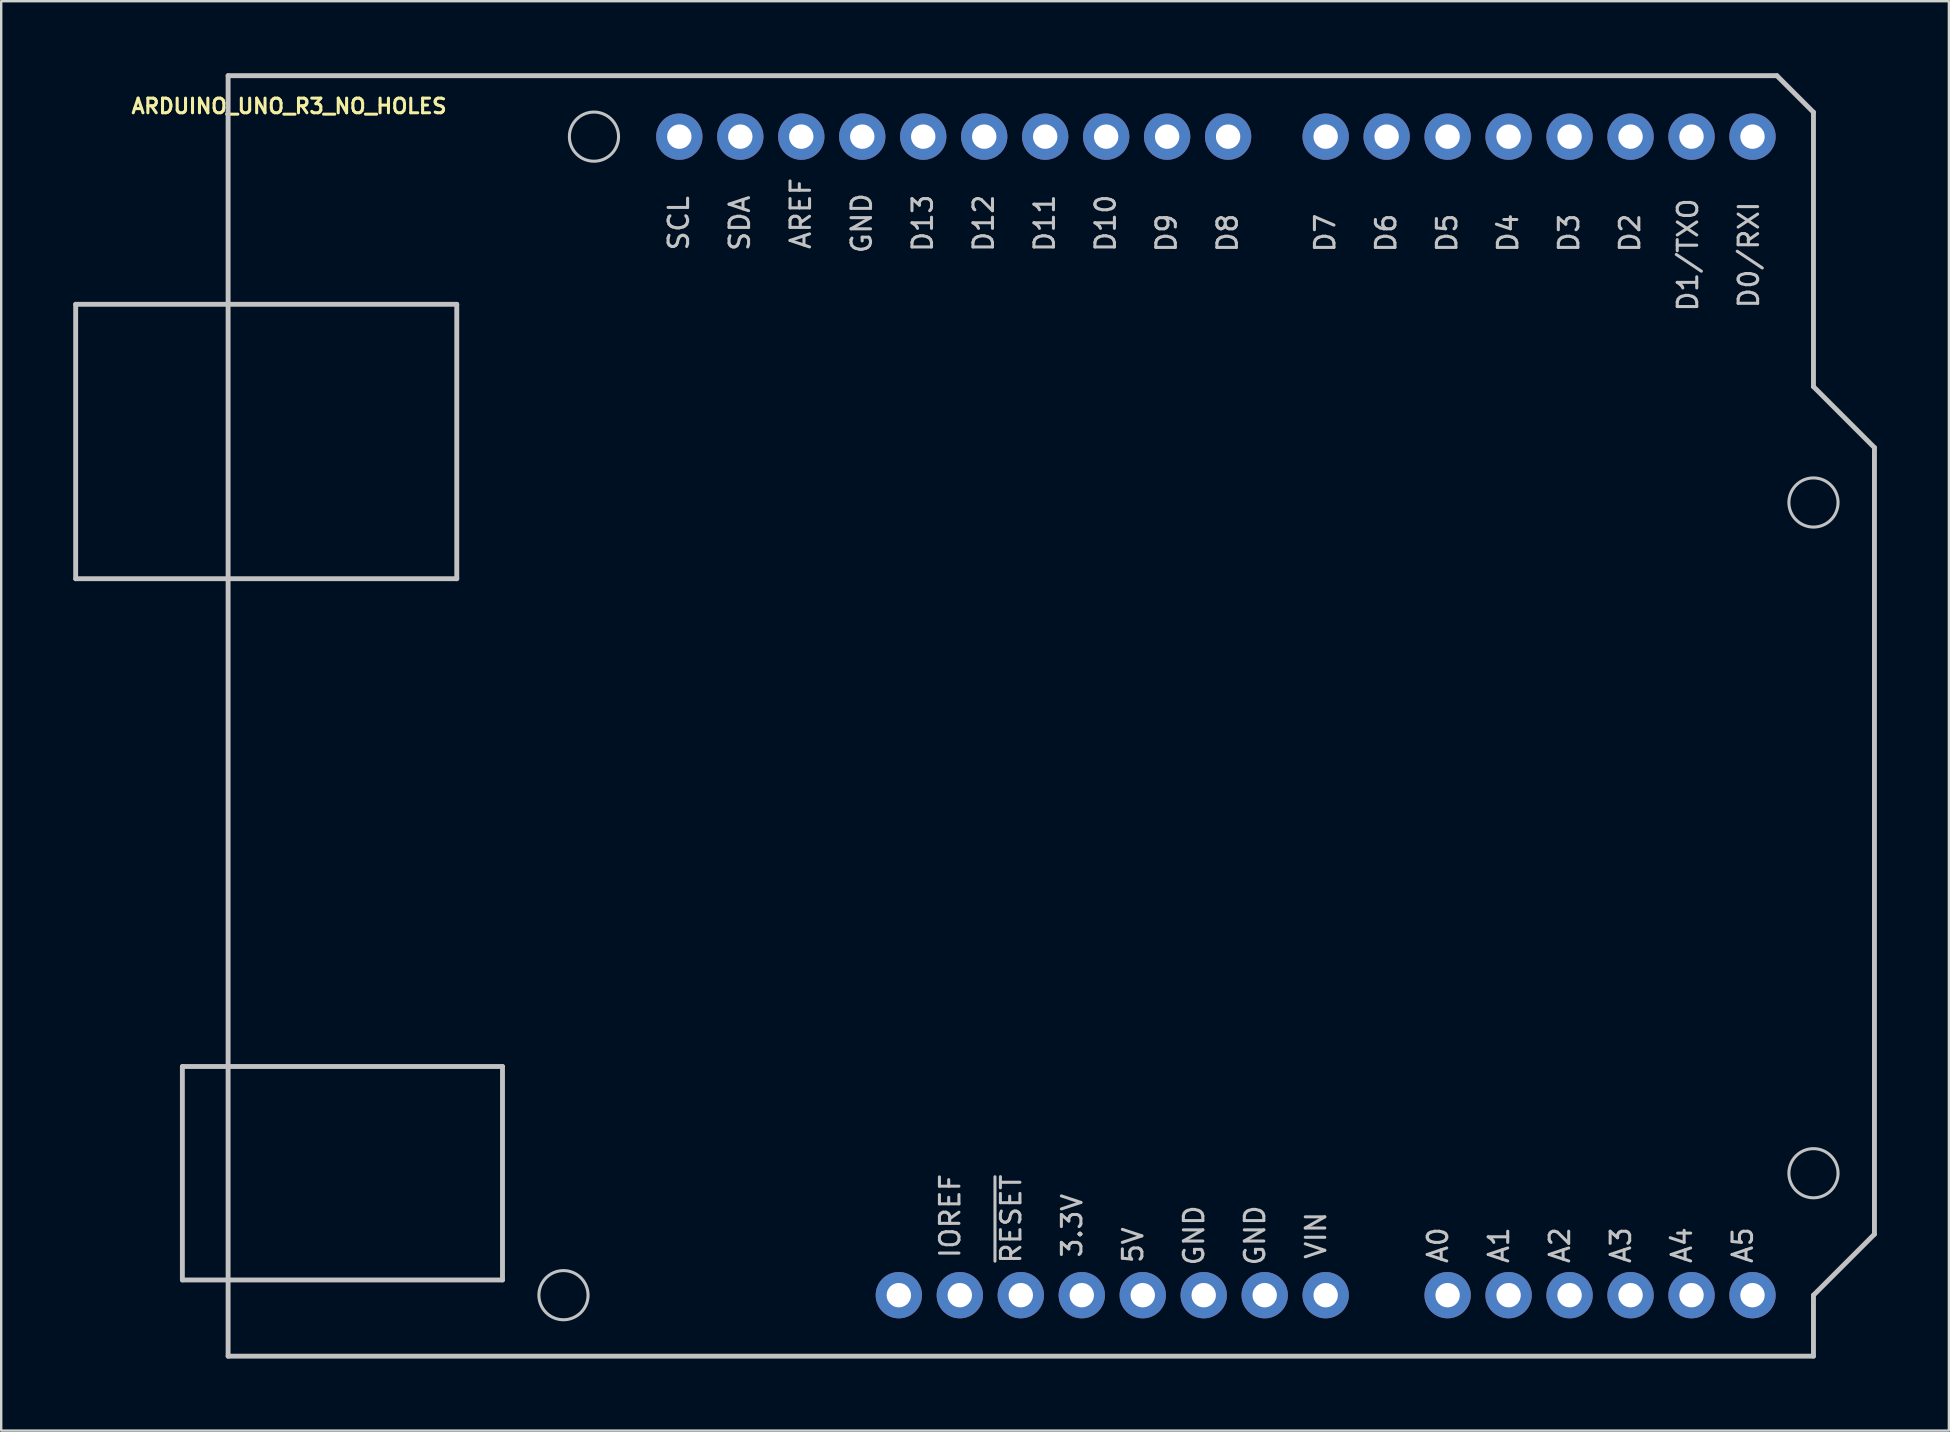
<source format=kicad_pcb>
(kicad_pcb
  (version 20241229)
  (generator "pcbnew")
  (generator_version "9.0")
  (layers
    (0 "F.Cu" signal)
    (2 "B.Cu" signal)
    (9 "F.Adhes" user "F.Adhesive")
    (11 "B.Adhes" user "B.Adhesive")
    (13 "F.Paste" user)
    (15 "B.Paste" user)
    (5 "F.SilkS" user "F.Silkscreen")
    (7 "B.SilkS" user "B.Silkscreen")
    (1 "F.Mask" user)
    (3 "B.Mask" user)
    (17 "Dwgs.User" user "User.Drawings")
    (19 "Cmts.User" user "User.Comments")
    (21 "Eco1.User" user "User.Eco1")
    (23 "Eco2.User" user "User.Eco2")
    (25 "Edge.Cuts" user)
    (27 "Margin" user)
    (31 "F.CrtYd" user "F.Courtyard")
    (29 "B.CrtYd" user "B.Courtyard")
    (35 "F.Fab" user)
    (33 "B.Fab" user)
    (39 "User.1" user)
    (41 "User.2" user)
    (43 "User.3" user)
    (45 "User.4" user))
  (footprint "ARDUINO_UNO_R3_NO_HOLES"
    (layer "F.Cu")
    (at 40.742 26.772)
    (property "Reference" "ARDUINO_UNO_R3_NO_HOLES" (at -31.75 -25.4 0) (layer "F.SilkS") (effects (font (size 0.61 0.61) (thickness 0.127))))
    (attr exclude_from_pos_files exclude_from_bom)
    (fp_line (start -40.64 -17.145) (end -24.765 -17.145) (stroke (width 0.203) (type solid)) (layer "Dwgs.User"))
    (fp_line (start -40.64 -5.715) (end -40.64 -17.145) (stroke (width 0.203) (type solid)) (layer "Dwgs.User"))
    (fp_line (start -36.195 14.605) (end -22.86 14.605) (stroke (width 0.203) (type solid)) (layer "Dwgs.User"))
    (fp_line (start -36.195 23.495) (end -36.195 14.605) (stroke (width 0.203) (type solid)) (layer "Dwgs.User"))
    (fp_line (start -34.29 -26.67) (end 30.226 -26.67) (stroke (width 0.203) (type solid)) (layer "Dwgs.User"))
    (fp_line (start -34.29 26.67) (end -34.29 -26.67) (stroke (width 0.203) (type solid)) (layer "Dwgs.User"))
    (fp_line (start -24.765 -17.145) (end -24.765 -5.715) (stroke (width 0.203) (type solid)) (layer "Dwgs.User"))
    (fp_line (start -24.765 -5.715) (end -40.64 -5.715) (stroke (width 0.203) (type solid)) (layer "Dwgs.User"))
    (fp_line (start -22.86 14.605) (end -22.86 23.495) (stroke (width 0.203) (type solid)) (layer "Dwgs.User"))
    (fp_line (start -22.86 23.495) (end -36.195 23.495) (stroke (width 0.203) (type solid)) (layer "Dwgs.User"))
    (fp_line (start 30.226 -26.67) (end 31.75 -25.146) (stroke (width 0.203) (type solid)) (layer "Dwgs.User"))
    (fp_line (start 31.75 -25.146) (end 31.75 -13.716) (stroke (width 0.203) (type solid)) (layer "Dwgs.User"))
    (fp_line (start 31.75 -13.716) (end 34.29 -11.176) (stroke (width 0.203) (type solid)) (layer "Dwgs.User"))
    (fp_line (start 31.75 24.13) (end 31.75 26.67) (stroke (width 0.203) (type solid)) (layer "Dwgs.User"))
    (fp_line (start 31.75 26.67) (end -34.29 26.67) (stroke (width 0.203) (type solid)) (layer "Dwgs.User"))
    (fp_line (start 34.29 -11.176) (end 34.29 21.59) (stroke (width 0.203) (type solid)) (layer "Dwgs.User"))
    (fp_line (start 34.29 21.59) (end 31.75 24.13) (stroke (width 0.203) (type solid)) (layer "Dwgs.User"))
    (fp_circle (center -20.32 24.13) (end -20.32 23.106) (stroke (width 0.127) (type solid)) (fill no) (layer "Dwgs.User"))
    (fp_circle (center -19.05 -24.13) (end -19.05 -25.154) (stroke (width 0.127) (type solid)) (fill no) (layer "Dwgs.User"))
    (fp_circle (center 31.75 -8.89) (end 31.75 -9.914) (stroke (width 0.127) (type solid)) (fill no) (layer "Dwgs.User"))
    (fp_circle (center 31.75 19.05) (end 31.75 18.026) (stroke (width 0.127) (type solid)) (fill no) (layer "Dwgs.User"))
    (fp_text user "~{RESET}" (at -1.676 20.955 90) (layer "Dwgs.User") (effects (font (size 0.813 0.813) (thickness 0.127))))
    (fp_text user "GND" (at -7.899 -20.523 90) (layer "Dwgs.User") (effects (font (size 0.813 0.813) (thickness 0.127))))
    (fp_text user "A3" (at 23.724 22.047 90) (layer "Dwgs.User") (effects (font (size 0.813 0.813) (thickness 0.127))))
    (fp_text user "D11" (at -0.279 -20.523 90) (layer "Dwgs.User") (effects (font (size 0.813 0.813) (thickness 0.127))))
    (fp_text user "A1" (at 18.644 22.047 90) (layer "Dwgs.User") (effects (font (size 0.813 0.813) (thickness 0.127))))
    (fp_text user "D0/RXI" (at 29.055 -19.202 90) (layer "Dwgs.User") (effects (font (size 0.813 0.813) (thickness 0.127))))
    (fp_text user "A4" (at 26.264 22.047 90) (layer "Dwgs.User") (effects (font (size 0.813 0.813) (thickness 0.127))))
    (fp_text user "D12" (at -2.819 -20.523 90) (layer "Dwgs.User") (effects (font (size 0.813 0.813) (thickness 0.127))))
    (fp_text user "GND" (at 5.944 21.641 90) (layer "Dwgs.User") (effects (font (size 0.813 0.813) (thickness 0.127))))
    (fp_text user "A5" (at 28.801 22.047 90) (layer "Dwgs.User") (effects (font (size 0.813 0.813) (thickness 0.127))))
    (fp_text user "D4" (at 19.025 -20.117 90) (layer "Dwgs.User") (effects (font (size 0.813 0.813) (thickness 0.127))))
    (fp_text user "D5" (at 16.485 -20.117 90) (layer "Dwgs.User") (effects (font (size 0.813 0.813) (thickness 0.127))))
    (fp_text user "AREF" (at -10.439 -20.93 90) (layer "Dwgs.User") (effects (font (size 0.813 0.813) (thickness 0.127))))
    (fp_text user "GND" (at 8.484 21.641 90) (layer "Dwgs.User") (effects (font (size 0.813 0.813) (thickness 0.127))))
    (fp_text user "D8" (at 7.341 -20.117 90) (layer "Dwgs.User") (effects (font (size 0.813 0.813) (thickness 0.127))))
    (fp_text user "D3" (at 21.565 -20.117 90) (layer "Dwgs.User") (effects (font (size 0.813 0.813) (thickness 0.127))))
    (fp_text user "D6" (at 13.945 -20.117 90) (layer "Dwgs.User") (effects (font (size 0.813 0.813) (thickness 0.127))))
    (fp_text user "A0" (at 16.104 22.047 90) (layer "Dwgs.User") (effects (font (size 0.813 0.813) (thickness 0.127))))
    (fp_text user "A2" (at 21.184 22.047 90) (layer "Dwgs.User") (effects (font (size 0.813 0.813) (thickness 0.127))))
    (fp_text user "D9" (at 4.798 -20.117 90) (layer "Dwgs.User") (effects (font (size 0.813 0.813) (thickness 0.127))))
    (fp_text user "5V" (at 3.404 22.047 90) (layer "Dwgs.User") (effects (font (size 0.813 0.813) (thickness 0.127))))
    (fp_text user "D10" (at 2.261 -20.523 90) (layer "Dwgs.User") (effects (font (size 0.813 0.813) (thickness 0.127))))
    (fp_text user "SDA" (at -12.979 -20.523 90) (layer "Dwgs.User") (effects (font (size 0.813 0.813) (thickness 0.127))))
    (fp_text user "D13" (at -5.359 -20.523 90) (layer "Dwgs.User") (effects (font (size 0.813 0.813) (thickness 0.127))))
    (fp_text user "VIN" (at 11.024 21.641 90) (layer "Dwgs.User") (effects (font (size 0.813 0.813) (thickness 0.127))))
    (fp_text user "SCL" (at -15.519 -20.523 90) (layer "Dwgs.User") (effects (font (size 0.813 0.813) (thickness 0.127))))
    (fp_text user "D1/TXO" (at 26.518 -19.202 90) (layer "Dwgs.User") (effects (font (size 0.813 0.813) (thickness 0.127))))
    (fp_text user "D7" (at 11.405 -20.117 90) (layer "Dwgs.User") (effects (font (size 0.813 0.813) (thickness 0.127))))
    (fp_text user "D2" (at 24.105 -20.117 90) (layer "Dwgs.User") (effects (font (size 0.813 0.813) (thickness 0.127))))
    (fp_text user "3.3V" (at 0.864 21.234 90) (layer "Dwgs.User") (effects (font (size 0.813 0.813) (thickness 0.127))))
    (fp_text user "IOREF" (at -4.216 20.828 90) (layer "Dwgs.User") (effects (font (size 0.813 0.813) (thickness 0.127))))
    (pad "3.3V" thru_hole circle (at 1.27 24.13) (size 1.93 1.93) (drill 1.016) (layers "*.Cu" "*.Mask"))
    (pad "5V" thru_hole circle (at 3.81 24.13) (size 1.93 1.93) (drill 1.016) (layers "*.Cu" "*.Mask"))
    (pad "A0" thru_hole circle (at 16.51 24.13) (size 1.93 1.93) (drill 1.016) (layers "*.Cu" "*.Mask"))
    (pad "A1" thru_hole circle (at 19.05 24.13) (size 1.93 1.93) (drill 1.016) (layers "*.Cu" "*.Mask"))
    (pad "A2" thru_hole circle (at 21.59 24.13) (size 1.93 1.93) (drill 1.016) (layers "*.Cu" "*.Mask"))
    (pad "A3" thru_hole circle (at 24.13 24.13) (size 1.93 1.93) (drill 1.016) (layers "*.Cu" "*.Mask"))
    (pad "A4" thru_hole circle (at 26.67 24.13) (size 1.93 1.93) (drill 1.016) (layers "*.Cu" "*.Mask"))
    (pad "A5" thru_hole circle (at 29.21 24.13) (size 1.93 1.93) (drill 1.016) (layers "*.Cu" "*.Mask"))
    (pad "AREF" thru_hole circle (at -10.414 -24.13) (size 1.93 1.93) (drill 1.016) (layers "*.Cu" "*.Mask"))
    (pad "D2" thru_hole circle (at 24.13 -24.13) (size 1.93 1.93) (drill 1.016) (layers "*.Cu" "*.Mask"))
    (pad "D3" thru_hole circle (at 21.59 -24.13) (size 1.93 1.93) (drill 1.016) (layers "*.Cu" "*.Mask"))
    (pad "D4" thru_hole circle (at 19.05 -24.13) (size 1.93 1.93) (drill 1.016) (layers "*.Cu" "*.Mask"))
    (pad "D5" thru_hole circle (at 16.51 -24.13) (size 1.93 1.93) (drill 1.016) (layers "*.Cu" "*.Mask"))
    (pad "D6" thru_hole circle (at 13.97 -24.13) (size 1.93 1.93) (drill 1.016) (layers "*.Cu" "*.Mask"))
    (pad "D7" thru_hole circle (at 11.43 -24.13) (size 1.93 1.93) (drill 1.016) (layers "*.Cu" "*.Mask"))
    (pad "D8" thru_hole circle (at 7.366 -24.13) (size 1.93 1.93) (drill 1.016) (layers "*.Cu" "*.Mask"))
    (pad "D9" thru_hole circle (at 4.826 -24.13) (size 1.93 1.93) (drill 1.016) (layers "*.Cu" "*.Mask"))
    (pad "D10" thru_hole circle (at 2.286 -24.13) (size 1.93 1.93) (drill 1.016) (layers "*.Cu" "*.Mask"))
    (pad "D11" thru_hole circle (at -0.254 -24.13) (size 1.93 1.93) (drill 1.016) (layers "*.Cu" "*.Mask"))
    (pad "D12" thru_hole circle (at -2.794 -24.13) (size 1.93 1.93) (drill 1.016) (layers "*.Cu" "*.Mask"))
    (pad "D13" thru_hole circle (at -5.334 -24.13) (size 1.93 1.93) (drill 1.016) (layers "*.Cu" "*.Mask"))
    (pad "GND@" thru_hole circle (at -7.874 -24.13) (size 1.93 1.93) (drill 1.016) (layers "*.Cu" "*.Mask"))
    (pad "GND@" thru_hole circle (at 6.35 24.13) (size 1.93 1.93) (drill 1.016) (layers "*.Cu" "*.Mask"))
    (pad "GND@" thru_hole circle (at 8.89 24.13) (size 1.93 1.93) (drill 1.016) (layers "*.Cu" "*.Mask"))
    (pad "IORE" thru_hole circle (at -3.81 24.13) (size 1.93 1.93) (drill 1.016) (layers "*.Cu" "*.Mask"))
    (pad "NC" thru_hole circle (at -6.35 24.13) (size 1.93 1.93) (drill 1.016) (layers "*.Cu" "*.Mask"))
    (pad "RES" thru_hole circle (at -1.27 24.13) (size 1.93 1.93) (drill 1.016) (layers "*.Cu" "*.Mask"))
    (pad "RX" thru_hole circle (at 29.21 -24.13) (size 1.93 1.93) (drill 1.016) (layers "*.Cu" "*.Mask"))
    (pad "SCL" thru_hole circle (at -15.494 -24.13) (size 1.93 1.93) (drill 1.016) (layers "*.Cu" "*.Mask"))
    (pad "SDA" thru_hole circle (at -12.954 -24.13) (size 1.93 1.93) (drill 1.016) (layers "*.Cu" "*.Mask"))
    (pad "TX" thru_hole circle (at 26.67 -24.13) (size 1.93 1.93) (drill 1.016) (layers "*.Cu" "*.Mask"))
    (pad "VIN" thru_hole circle (at 11.43 24.13) (size 1.93 1.93) (drill 1.016) (layers "*.Cu" "*.Mask")))
  (gr_rect
    (start -3 -3)
    (end 78.133 56.543)
    (stroke (width 0.1) (type default))
    (fill no)
    (layer "Edge.Cuts")))
</source>
